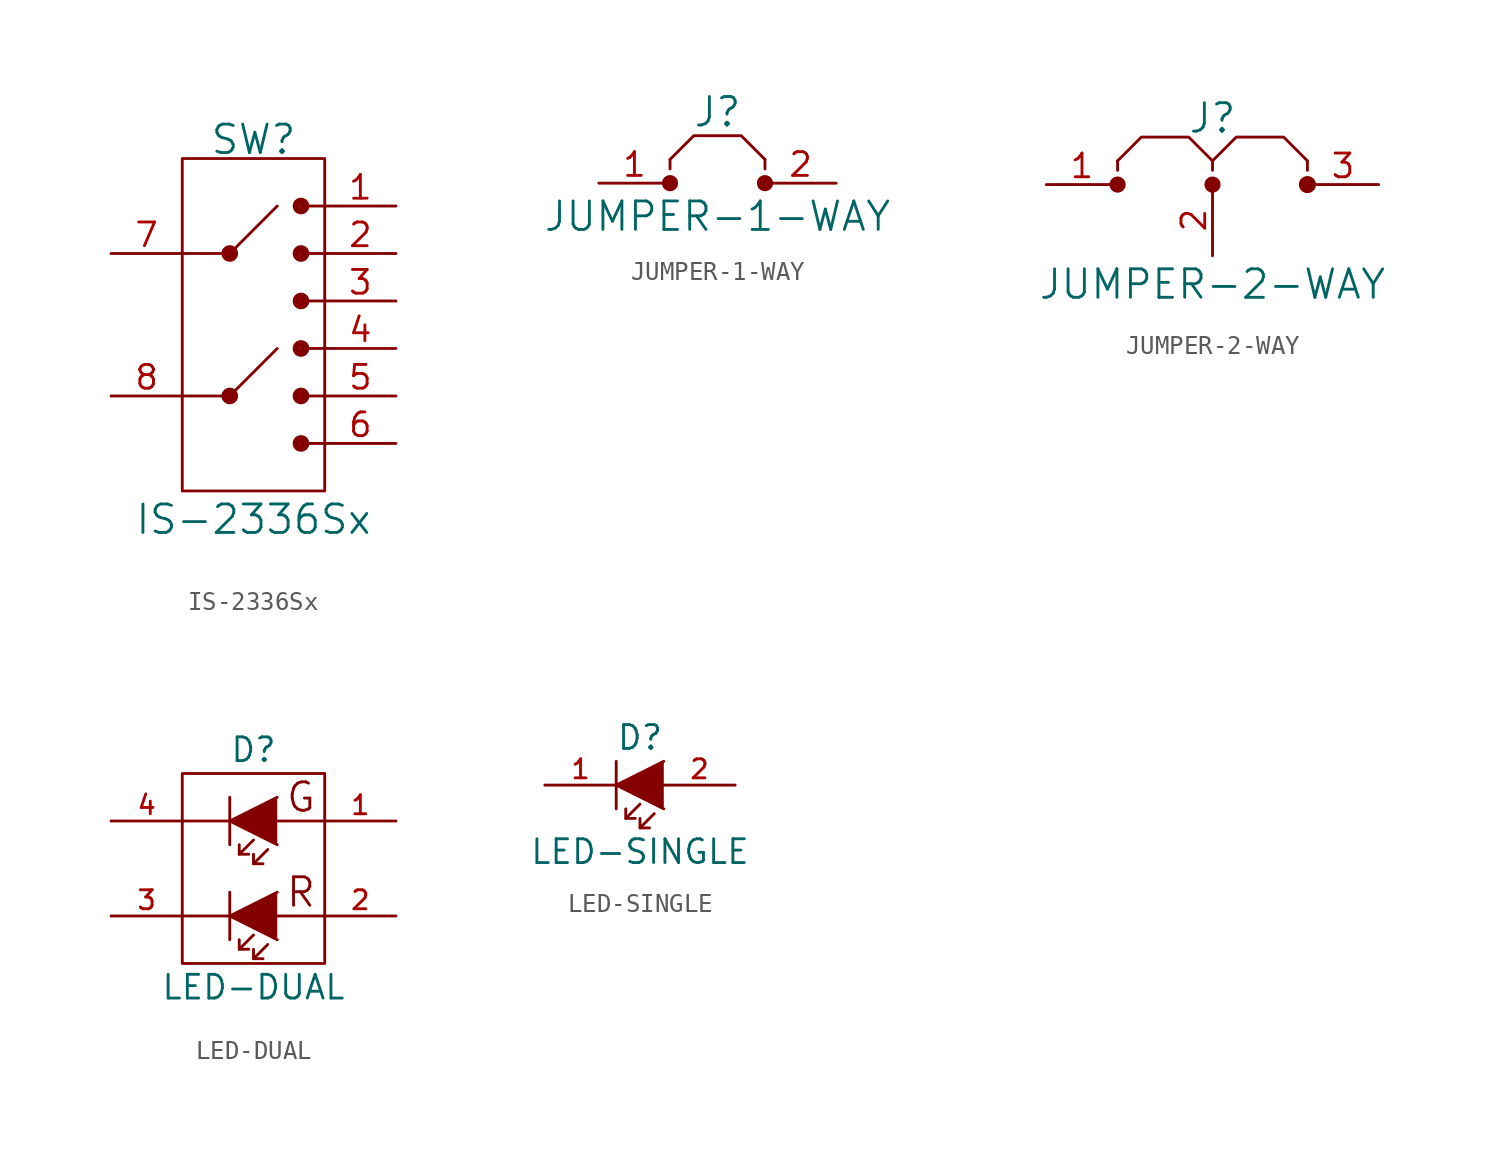
<source format=kicad_sym>
(kicad_symbol_lib
  (version 20211014)
  (generator kicad_symbol_editor)
  (symbol "IS-2336Sx"
    (pin_names
      (offset 1.016))
    (property "Reference" "SW"
      (at 0 9.906 0)
      (effects (font (size 1.524 1.524))))
    (property "Value" "IS-2336Sx"
      (at 0 -10.414 0)
      (effects (font (size 1.524 1.524))))
    (property "Datasheet" ""
      (at 0 2.54 0)
      (effects (font (size 1.524 1.524))))
    (symbol "IS-2336Sx_0_1"
      (rectangle (start -3.81 8.89) (end 3.81 -8.89) (stroke (width 0) (type default) (color 0 0 0 0)) (fill (type none)))
      (circle (center -1.27 -3.81) (radius 0.254) (stroke (width 0.381) (type default) (color 0 0 0 0)) (fill (type none)))
      (circle (center -1.27 3.81) (radius 0.254) (stroke (width 0.381) (type default) (color 0 0 0 0)) (fill (type none)))
      (polyline (pts (xy -1.27 -3.81) (xy -3.81 -3.81)) (stroke (width 0) (type default) (color 0 0 0 0)) (fill (type none)))
      (polyline (pts (xy -1.27 3.81) (xy -3.81 3.81)) (stroke (width 0) (type default) (color 0 0 0 0)) (fill (type none)))
      (polyline (pts (xy -1.27 3.81) (xy 1.27 6.35)) (stroke (width 0) (type default) (color 0 0 0 0)) (fill (type none)))
      (polyline (pts (xy 1.27 -1.27) (xy -1.27 -3.81)) (stroke (width 0) (type default) (color 0 0 0 0)) (fill (type none)))
      (polyline (pts (xy 2.54 -6.35) (xy 3.81 -6.35)) (stroke (width 0) (type default) (color 0 0 0 0)) (fill (type none)))
      (polyline (pts (xy 2.54 -3.81) (xy 3.81 -3.81)) (stroke (width 0) (type default) (color 0 0 0 0)) (fill (type none)))
      (polyline (pts (xy 2.54 -1.27) (xy 3.81 -1.27)) (stroke (width 0) (type default) (color 0 0 0 0)) (fill (type none)))
      (polyline (pts (xy 3.81 1.27) (xy 2.54 1.27)) (stroke (width 0) (type default) (color 0 0 0 0)) (fill (type none)))
      (polyline (pts (xy 3.81 3.81) (xy 2.54 3.81)) (stroke (width 0) (type default) (color 0 0 0 0)) (fill (type none)))
      (polyline (pts (xy 3.81 6.35) (xy 2.54 6.35)) (stroke (width 0) (type default) (color 0 0 0 0)) (fill (type none)))
      (circle (center 2.54 -6.35) (radius 0.254) (stroke (width 0.381) (type default) (color 0 0 0 0)) (fill (type none)))
      (circle (center 2.54 -3.81) (radius 0.254) (stroke (width 0.381) (type default) (color 0 0 0 0)) (fill (type none)))
      (circle (center 2.54 -1.27) (radius 0.254) (stroke (width 0.381) (type default) (color 0 0 0 0)) (fill (type none)))
      (circle (center 2.54 1.27) (radius 0.254) (stroke (width 0.381) (type default) (color 0 0 0 0)) (fill (type none)))
      (circle (center 2.54 3.81) (radius 0.254) (stroke (width 0.381) (type default) (color 0 0 0 0)) (fill (type none)))
      (circle (center 2.54 6.35) (radius 0.254) (stroke (width 0.381) (type default) (color 0 0 0 0)) (fill (type none))))
    (symbol "IS-2336Sx_1_1"
      (pin input line (at 7.62 6.35 180) (length 3.81) (name "~" (effects (font (size 1.27 1.27)))) (number "1" (effects (font (size 1.27 1.27)))))
      (pin input line (at 7.62 3.81 180) (length 3.81) (name "~" (effects (font (size 1.27 1.27)))) (number "2" (effects (font (size 1.27 1.27)))))
      (pin input line (at 7.62 1.27 180) (length 3.81) (name "~" (effects (font (size 1.27 1.27)))) (number "3" (effects (font (size 1.27 1.27)))))
      (pin input line (at 7.62 -1.27 180) (length 3.81) (name "~" (effects (font (size 1.27 1.27)))) (number "4" (effects (font (size 1.27 1.27)))))
      (pin input line (at 7.62 -3.81 180) (length 3.81) (name "~" (effects (font (size 1.27 1.27)))) (number "5" (effects (font (size 1.27 1.27)))))
      (pin input line (at 7.62 -6.35 180) (length 3.81) (name "~" (effects (font (size 1.27 1.27)))) (number "6" (effects (font (size 1.27 1.27)))))
      (pin input line (at -7.62 3.81 0) (length 3.81) (name "~" (effects (font (size 1.27 1.27)))) (number "7" (effects (font (size 1.27 1.27)))))
      (pin input line (at -7.62 -3.81 0) (length 3.81) (name "~" (effects (font (size 1.27 1.27)))) (number "8" (effects (font (size 1.27 1.27)))))))
  (symbol "JUMPER-1-WAY"
    (pin_names
      (offset 1.016))
    (property "Reference" "J"
      (at 0 3.81 0)
      (effects (font (size 1.524 1.524))))
    (property "Value" "JUMPER-1-WAY"
      (at 0 -1.778 0)
      (effects (font (size 1.524 1.524))))
    (property "Datasheet" ""
      (at 0 0 0)
      (effects (font (size 1.524 1.524))))
    (symbol "JUMPER-1-WAY_0_1"
      (circle (center -2.54 0) (radius 0.356) (stroke (width 0) (type default) (color 0 0 0 0)) (fill (type outline)))
      (polyline (pts (xy -2.54 1.27) (xy -2.54 0.762)) (stroke (width 0) (type default) (color 0 0 0 0)) (fill (type none)))
      (polyline (pts (xy 2.54 1.27) (xy 2.54 0.762)) (stroke (width 0) (type default) (color 0 0 0 0)) (fill (type none)))
      (polyline (pts (xy 2.54 1.27) (xy 1.27 2.54) (xy -1.27 2.54) (xy -2.54 1.27)) (stroke (width 0) (type default) (color 0 0 0 0)) (fill (type none)))
      (circle (center 2.54 0) (radius 0.356) (stroke (width 0) (type default) (color 0 0 0 0)) (fill (type outline))))
    (symbol "JUMPER-1-WAY_1_1"
      (pin passive line (at -6.35 0 0) (length 3.81) (name "~" (effects (font (size 1.27 1.27)))) (number "1" (effects (font (size 1.27 1.27)))))
      (pin passive line (at 6.35 0 180) (length 3.81) (name "~" (effects (font (size 1.27 1.27)))) (number "2" (effects (font (size 1.27 1.27)))))))
  (symbol "JUMPER-2-WAY"
    (pin_names
      (offset 1.016))
    (property "Reference" "J"
      (at 0 3.556 0)
      (effects (font (size 1.524 1.524))))
    (property "Value" "JUMPER-2-WAY"
      (at 0 -5.334 0)
      (effects (font (size 1.524 1.524))))
    (property "Datasheet" ""
      (at -2.54 0 0)
      (effects (font (size 1.524 1.524))))
    (symbol "JUMPER-2-WAY_0_1"
      (circle (center -5.08 0) (radius 0.356) (stroke (width 0) (type default) (color 0 0 0 0)) (fill (type outline)))
      (polyline (pts (xy -5.08 1.27) (xy -5.08 0.762)) (stroke (width 0) (type default) (color 0 0 0 0)) (fill (type none)))
      (polyline (pts (xy 0 1.27) (xy 0 0.762)) (stroke (width 0) (type default) (color 0 0 0 0)) (fill (type none)))
      (polyline (pts (xy 5.08 1.27) (xy 5.08 0.762)) (stroke (width 0) (type default) (color 0 0 0 0)) (fill (type none)))
      (polyline (pts (xy 0 1.27) (xy -1.27 2.54) (xy -3.81 2.54) (xy -5.08 1.27)) (stroke (width 0) (type default) (color 0 0 0 0)) (fill (type none)))
      (polyline (pts (xy 0 1.27) (xy 1.27 2.54) (xy 3.81 2.54) (xy 5.08 1.27)) (stroke (width 0) (type default) (color 0 0 0 0)) (fill (type none)))
      (circle (center 0 0) (radius 0.356) (stroke (width 0) (type default) (color 0 0 0 0)) (fill (type outline)))
      (circle (center 5.08 0) (radius 0.381) (stroke (width 0) (type default) (color 0 0 0 0)) (fill (type outline))))
    (symbol "JUMPER-2-WAY_1_1"
      (pin passive line (at -8.89 0 0) (length 3.81) (name "~" (effects (font (size 1.27 1.27)))) (number "1" (effects (font (size 1.27 1.27)))))
      (pin passive line (at 0 -3.81 90) (length 3.81) (name "~" (effects (font (size 1.27 1.27)))) (number "2" (effects (font (size 1.27 1.27)))))
      (pin passive line (at 8.89 0 180) (length 3.81) (name "~" (effects (font (size 1.27 1.27)))) (number "3" (effects (font (size 1.27 1.27)))))))
  (symbol "LED-DUAL"
    (pin_names
      (offset 1.016) hide)
    (property "Reference" "D"
      (at 0 6.35 0)
      (effects (font (size 1.27 1.27))))
    (property "Value" "LED-DUAL"
      (at 0 -6.35 0)
      (effects (font (size 1.27 1.27))))
    (property "Datasheet" ""
      (at 3.81 0 0)
      (effects (font (size 1.524 1.524))))
    (symbol "LED-DUAL_0_0"
      (polyline (pts (xy -3.81 -2.54) (xy -1.27 -2.54)) (stroke (width 0) (type default) (color 0 0 0 0)) (fill (type none)))
      (polyline (pts (xy -1.27 2.54) (xy -3.81 2.54)) (stroke (width 0) (type default) (color 0 0 0 0)) (fill (type none)))
      (polyline (pts (xy 3.81 -2.54) (xy 1.27 -2.54)) (stroke (width 0) (type default) (color 0 0 0 0)) (fill (type none)))
      (polyline (pts (xy 3.81 2.54) (xy 1.27 2.54)) (stroke (width 0) (type default) (color 0 0 0 0)) (fill (type none)))
      (text "G" (at 2.54 3.81 0) (effects (font (size 1.524 1.524))))
      (text "R" (at 2.54 -1.27 0) (effects (font (size 1.524 1.524)))))
    (symbol "LED-DUAL_0_1"
      (rectangle (start -3.81 5.08) (end 3.81 -5.08) (stroke (width 0) (type default) (color 0 0 0 0)) (fill (type none)))
      (polyline (pts (xy -1.27 -1.27) (xy -1.27 -3.81)) (stroke (width 0) (type default) (color 0 0 0 0)) (fill (type none)))
      (polyline (pts (xy -1.27 3.81) (xy -1.27 1.27)) (stroke (width 0) (type default) (color 0 0 0 0)) (fill (type none)))
      (polyline (pts (xy -0.762 -4.318) (xy -0.254 -4.318)) (stroke (width 0) (type default) (color 0 0 0 0)) (fill (type none)))
      (polyline (pts (xy -0.762 0.762) (xy -0.254 0.762)) (stroke (width 0) (type default) (color 0 0 0 0)) (fill (type none)))
      (polyline (pts (xy 0 -4.826) (xy 0.508 -4.826)) (stroke (width 0) (type default) (color 0 0 0 0)) (fill (type none)))
      (polyline (pts (xy 0 0.254) (xy 0.508 0.254)) (stroke (width 0) (type default) (color 0 0 0 0)) (fill (type none)))
      (polyline (pts (xy 0 -3.556) (xy -0.762 -4.318) (xy -0.762 -3.81)) (stroke (width 0) (type default) (color 0 0 0 0)) (fill (type none)))
      (polyline (pts (xy 0 1.524) (xy -0.762 0.762) (xy -0.762 1.27)) (stroke (width 0) (type default) (color 0 0 0 0)) (fill (type none)))
      (polyline (pts (xy 0.762 -4.064) (xy 0 -4.826) (xy 0 -4.318)) (stroke (width 0) (type default) (color 0 0 0 0)) (fill (type none)))
      (polyline (pts (xy 0.762 1.016) (xy 0 0.254) (xy 0 0.762)) (stroke (width 0) (type default) (color 0 0 0 0)) (fill (type none)))
      (polyline (pts (xy 1.27 -1.27) (xy -1.27 -2.54) (xy 1.27 -3.81)) (stroke (width 0) (type default) (color 0 0 0 0)) (fill (type outline)))
      (polyline (pts (xy 1.27 3.81) (xy -1.27 2.54) (xy 1.27 1.27)) (stroke (width 0) (type default) (color 0 0 0 0)) (fill (type outline))))
    (symbol "LED-DUAL_1_1"
      (pin passive line (at 7.62 2.54 180) (length 3.81) (name "A" (effects (font (size 1.016 1.016)))) (number "1" (effects (font (size 1.016 1.016)))))
      (pin passive line (at 7.62 -2.54 180) (length 3.81) (name "A" (effects (font (size 1.016 1.016)))) (number "2" (effects (font (size 1.016 1.016)))))
      (pin passive line (at -7.62 -2.54 0) (length 3.81) (name "K" (effects (font (size 1.016 1.016)))) (number "3" (effects (font (size 1.016 1.016)))))
      (pin passive line (at -7.62 2.54 0) (length 3.81) (name "K" (effects (font (size 1.016 1.016)))) (number "4" (effects (font (size 1.016 1.016)))))))
  (symbol "LED-SINGLE"
    (pin_names
      (offset 1.016) hide)
    (property "Reference" "D"
      (at 0 2.54 0)
      (effects (font (size 1.27 1.27))))
    (property "Value" "LED-SINGLE"
      (at 0 -3.556 0)
      (effects (font (size 1.27 1.27))))
    (property "Datasheet" ""
      (at 0 0 0)
      (effects (font (size 1.524 1.524))))
    (symbol "LED-SINGLE_0_1"
      (polyline (pts (xy -1.27 1.27) (xy -1.27 -1.27)) (stroke (width 0) (type default) (color 0 0 0 0)) (fill (type none)))
      (polyline (pts (xy -0.762 -1.778) (xy -0.254 -1.778)) (stroke (width 0) (type default) (color 0 0 0 0)) (fill (type none)))
      (polyline (pts (xy 0 -2.286) (xy 0.508 -2.286)) (stroke (width 0) (type default) (color 0 0 0 0)) (fill (type none)))
      (polyline (pts (xy 0 -1.016) (xy -0.762 -1.778) (xy -0.762 -1.27)) (stroke (width 0) (type default) (color 0 0 0 0)) (fill (type none)))
      (polyline (pts (xy 0.762 -1.524) (xy 0 -2.286) (xy 0 -1.778)) (stroke (width 0) (type default) (color 0 0 0 0)) (fill (type none)))
      (polyline (pts (xy 1.27 1.27) (xy -1.27 0) (xy 1.27 -1.27)) (stroke (width 0) (type default) (color 0 0 0 0)) (fill (type outline))))
    (symbol "LED-SINGLE_1_1"
      (pin passive line (at -5.08 0 0) (length 3.81) (name "K" (effects (font (size 1.016 1.016)))) (number "1" (effects (font (size 1.016 1.016)))))
      (pin passive line (at 5.08 0 180) (length 3.81) (name "A" (effects (font (size 1.016 1.016)))) (number "2" (effects (font (size 1.016 1.016))))))))
</source>
